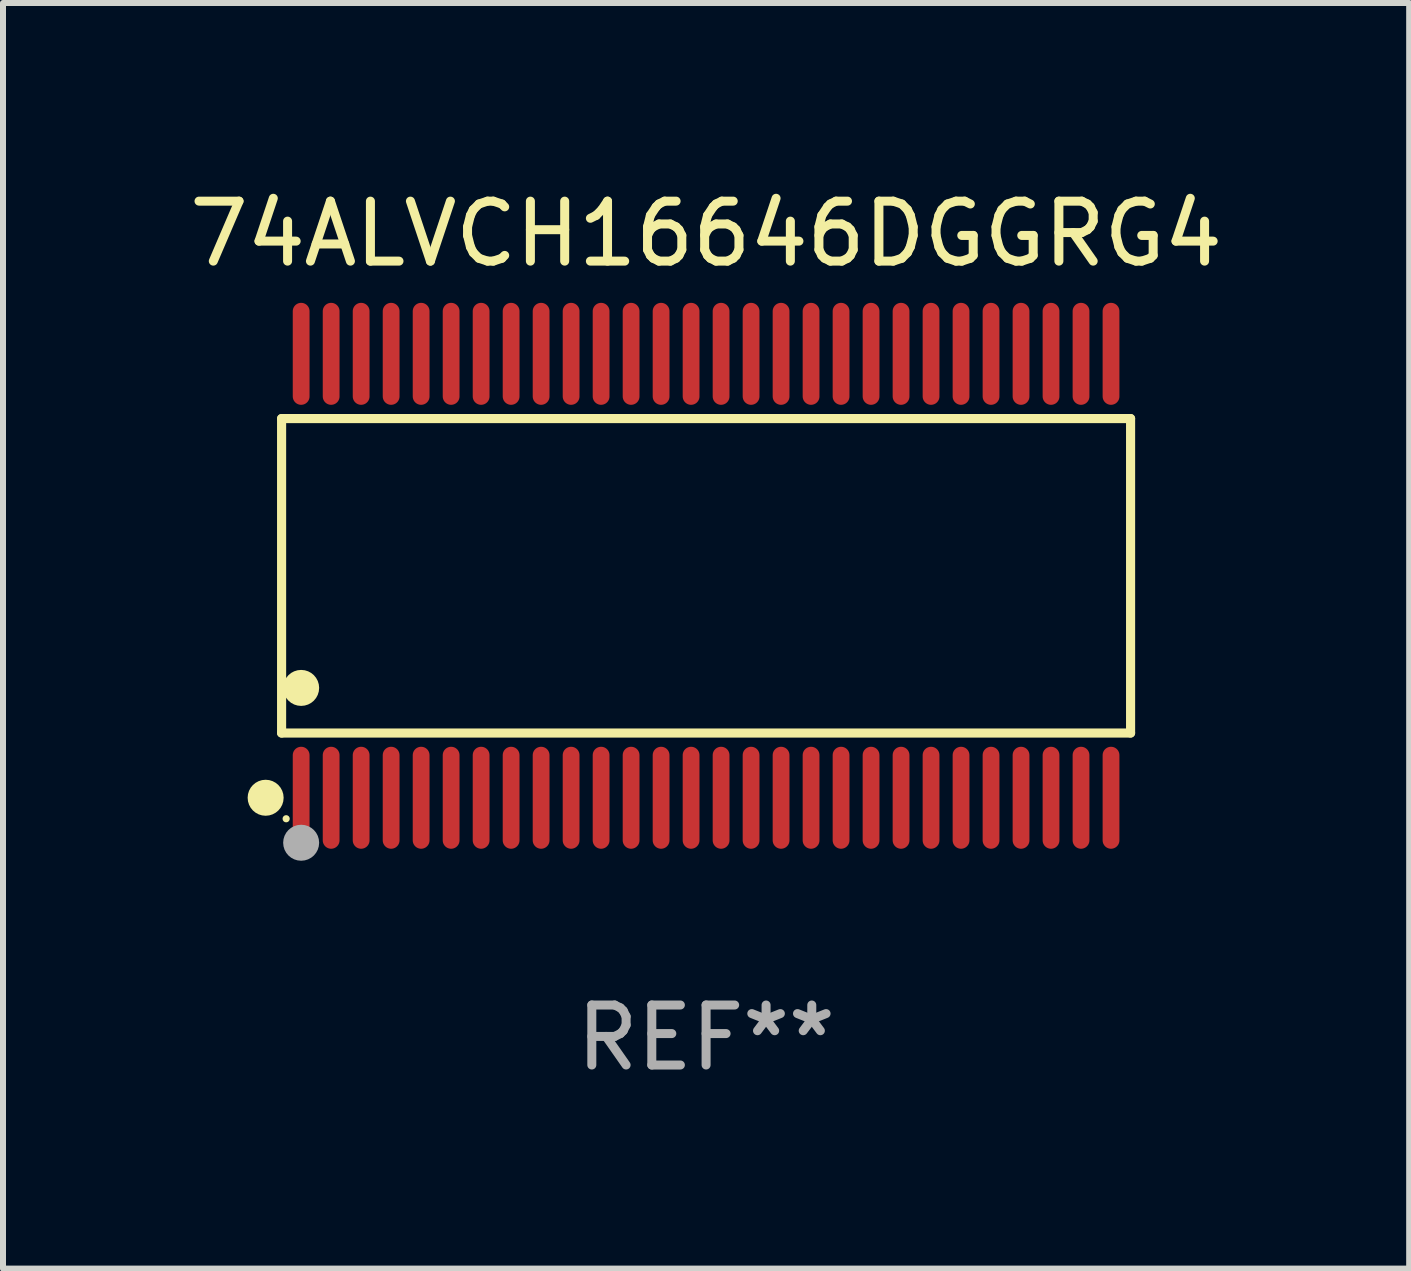
<source format=kicad_pcb>
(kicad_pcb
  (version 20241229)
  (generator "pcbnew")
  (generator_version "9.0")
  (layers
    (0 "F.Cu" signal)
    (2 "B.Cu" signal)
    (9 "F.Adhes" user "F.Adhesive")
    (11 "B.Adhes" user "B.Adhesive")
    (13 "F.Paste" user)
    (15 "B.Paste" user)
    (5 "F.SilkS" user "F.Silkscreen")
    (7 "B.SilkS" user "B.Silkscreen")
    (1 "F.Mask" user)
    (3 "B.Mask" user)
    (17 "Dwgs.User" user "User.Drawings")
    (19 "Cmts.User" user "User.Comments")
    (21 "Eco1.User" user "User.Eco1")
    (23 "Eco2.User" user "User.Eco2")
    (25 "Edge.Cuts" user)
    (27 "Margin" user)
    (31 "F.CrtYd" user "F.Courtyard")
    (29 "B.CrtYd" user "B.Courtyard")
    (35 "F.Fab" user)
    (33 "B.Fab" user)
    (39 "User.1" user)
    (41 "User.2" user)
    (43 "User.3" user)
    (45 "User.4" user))
  (footprint "74ALVCH16646DGGRG4"
    (layer "F.Cu")
    (at 8.72 6.548)
    (property "Reference" "74ALVCH16646DGGRG4" (at 0 -5.7 0) (layer "F.SilkS") (effects (font (size 1 1) (thickness 0.15))))
    (attr through_hole)
    (fp_line (start -7.076 -2.621) (end 7.076 -2.621) (stroke (width 0.152) (type solid)) (layer "F.SilkS"))
    (fp_line (start -7.076 2.621) (end -7.076 -2.621) (stroke (width 0.152) (type solid)) (layer "F.SilkS"))
    (fp_line (start 7.076 -2.621) (end 7.076 2.621) (stroke (width 0.152) (type solid)) (layer "F.SilkS"))
    (fp_line (start 7.076 2.621) (end -7.076 2.621) (stroke (width 0.152) (type solid)) (layer "F.SilkS"))
    (fp_circle (center -7.342 3.7) (end -7.192 3.7) (stroke (width 0.3) (type solid)) (fill no) (layer "F.SilkS"))
    (fp_circle (center -7 4.05) (end -6.97 4.05) (stroke (width 0.06) (type solid)) (fill no) (layer "F.SilkS"))
    (fp_circle (center -6.75 1.869) (end -6.6 1.869) (stroke (width 0.3) (type solid)) (fill no) (layer "F.SilkS"))
    (fp_circle (center -6.75 4.45) (end -6.6 4.45) (stroke (width 0.3) (type solid)) (fill no) (layer "F.Fab"))
    (fp_text user "REF**" (at 0 7.7 0) (layer "F.Fab") (effects (font (size 1 1) (thickness 0.15))))
    (pad "1" smd oval (at -6.75 3.7) (size 0.28 1.7) (layers "F.Cu" "F.Mask" "F.Paste"))
    (pad "2" smd oval (at -6.25 3.7) (size 0.28 1.7) (layers "F.Cu" "F.Mask" "F.Paste"))
    (pad "3" smd oval (at -5.75 3.7) (size 0.28 1.7) (layers "F.Cu" "F.Mask" "F.Paste"))
    (pad "4" smd oval (at -5.25 3.7) (size 0.28 1.7) (layers "F.Cu" "F.Mask" "F.Paste"))
    (pad "5" smd oval (at -4.75 3.7) (size 0.28 1.7) (layers "F.Cu" "F.Mask" "F.Paste"))
    (pad "6" smd oval (at -4.25 3.7) (size 0.28 1.7) (layers "F.Cu" "F.Mask" "F.Paste"))
    (pad "7" smd oval (at -3.75 3.7) (size 0.28 1.7) (layers "F.Cu" "F.Mask" "F.Paste"))
    (pad "8" smd oval (at -3.25 3.7) (size 0.28 1.7) (layers "F.Cu" "F.Mask" "F.Paste"))
    (pad "9" smd oval (at -2.75 3.7) (size 0.28 1.7) (layers "F.Cu" "F.Mask" "F.Paste"))
    (pad "10" smd oval (at -2.25 3.7) (size 0.28 1.7) (layers "F.Cu" "F.Mask" "F.Paste"))
    (pad "11" smd oval (at -1.75 3.7) (size 0.28 1.7) (layers "F.Cu" "F.Mask" "F.Paste"))
    (pad "12" smd oval (at -1.25 3.7) (size 0.28 1.7) (layers "F.Cu" "F.Mask" "F.Paste"))
    (pad "13" smd oval (at -0.75 3.7) (size 0.28 1.7) (layers "F.Cu" "F.Mask" "F.Paste"))
    (pad "14" smd oval (at -0.25 3.7) (size 0.28 1.7) (layers "F.Cu" "F.Mask" "F.Paste"))
    (pad "15" smd oval (at 0.25 3.7) (size 0.28 1.7) (layers "F.Cu" "F.Mask" "F.Paste"))
    (pad "16" smd oval (at 0.75 3.7) (size 0.28 1.7) (layers "F.Cu" "F.Mask" "F.Paste"))
    (pad "17" smd oval (at 1.25 3.7) (size 0.28 1.7) (layers "F.Cu" "F.Mask" "F.Paste"))
    (pad "18" smd oval (at 1.75 3.7) (size 0.28 1.7) (layers "F.Cu" "F.Mask" "F.Paste"))
    (pad "19" smd oval (at 2.25 3.7) (size 0.28 1.7) (layers "F.Cu" "F.Mask" "F.Paste"))
    (pad "20" smd oval (at 2.75 3.7) (size 0.28 1.7) (layers "F.Cu" "F.Mask" "F.Paste"))
    (pad "21" smd oval (at 3.25 3.7) (size 0.28 1.7) (layers "F.Cu" "F.Mask" "F.Paste"))
    (pad "22" smd oval (at 3.75 3.7) (size 0.28 1.7) (layers "F.Cu" "F.Mask" "F.Paste"))
    (pad "23" smd oval (at 4.25 3.7) (size 0.28 1.7) (layers "F.Cu" "F.Mask" "F.Paste"))
    (pad "24" smd oval (at 4.75 3.7) (size 0.28 1.7) (layers "F.Cu" "F.Mask" "F.Paste"))
    (pad "25" smd oval (at 5.25 3.7) (size 0.28 1.7) (layers "F.Cu" "F.Mask" "F.Paste"))
    (pad "26" smd oval (at 5.75 3.7) (size 0.28 1.7) (layers "F.Cu" "F.Mask" "F.Paste"))
    (pad "27" smd oval (at 6.25 3.7) (size 0.28 1.7) (layers "F.Cu" "F.Mask" "F.Paste"))
    (pad "28" smd oval (at 6.75 3.7) (size 0.28 1.7) (layers "F.Cu" "F.Mask" "F.Paste"))
    (pad "29" smd oval (at 6.75 -3.7) (size 0.28 1.7) (layers "F.Cu" "F.Mask" "F.Paste"))
    (pad "30" smd oval (at 6.25 -3.7) (size 0.28 1.7) (layers "F.Cu" "F.Mask" "F.Paste"))
    (pad "31" smd oval (at 5.75 -3.7) (size 0.28 1.7) (layers "F.Cu" "F.Mask" "F.Paste"))
    (pad "32" smd oval (at 5.25 -3.7) (size 0.28 1.7) (layers "F.Cu" "F.Mask" "F.Paste"))
    (pad "33" smd oval (at 4.75 -3.7) (size 0.28 1.7) (layers "F.Cu" "F.Mask" "F.Paste"))
    (pad "34" smd oval (at 4.25 -3.7) (size 0.28 1.7) (layers "F.Cu" "F.Mask" "F.Paste"))
    (pad "35" smd oval (at 3.75 -3.7) (size 0.28 1.7) (layers "F.Cu" "F.Mask" "F.Paste"))
    (pad "36" smd oval (at 3.25 -3.7) (size 0.28 1.7) (layers "F.Cu" "F.Mask" "F.Paste"))
    (pad "37" smd oval (at 2.75 -3.7) (size 0.28 1.7) (layers "F.Cu" "F.Mask" "F.Paste"))
    (pad "38" smd oval (at 2.25 -3.7) (size 0.28 1.7) (layers "F.Cu" "F.Mask" "F.Paste"))
    (pad "39" smd oval (at 1.75 -3.7) (size 0.28 1.7) (layers "F.Cu" "F.Mask" "F.Paste"))
    (pad "40" smd oval (at 1.25 -3.7) (size 0.28 1.7) (layers "F.Cu" "F.Mask" "F.Paste"))
    (pad "41" smd oval (at 0.75 -3.7) (size 0.28 1.7) (layers "F.Cu" "F.Mask" "F.Paste"))
    (pad "42" smd oval (at 0.25 -3.7) (size 0.28 1.7) (layers "F.Cu" "F.Mask" "F.Paste"))
    (pad "43" smd oval (at -0.25 -3.7) (size 0.28 1.7) (layers "F.Cu" "F.Mask" "F.Paste"))
    (pad "44" smd oval (at -0.75 -3.7) (size 0.28 1.7) (layers "F.Cu" "F.Mask" "F.Paste"))
    (pad "45" smd oval (at -1.25 -3.7) (size 0.28 1.7) (layers "F.Cu" "F.Mask" "F.Paste"))
    (pad "46" smd oval (at -1.75 -3.7) (size 0.28 1.7) (layers "F.Cu" "F.Mask" "F.Paste"))
    (pad "47" smd oval (at -2.25 -3.7) (size 0.28 1.7) (layers "F.Cu" "F.Mask" "F.Paste"))
    (pad "48" smd oval (at -2.75 -3.7) (size 0.28 1.7) (layers "F.Cu" "F.Mask" "F.Paste"))
    (pad "49" smd oval (at -3.25 -3.7) (size 0.28 1.7) (layers "F.Cu" "F.Mask" "F.Paste"))
    (pad "50" smd oval (at -3.75 -3.7) (size 0.28 1.7) (layers "F.Cu" "F.Mask" "F.Paste"))
    (pad "51" smd oval (at -4.25 -3.7) (size 0.28 1.7) (layers "F.Cu" "F.Mask" "F.Paste"))
    (pad "52" smd oval (at -4.75 -3.7) (size 0.28 1.7) (layers "F.Cu" "F.Mask" "F.Paste"))
    (pad "53" smd oval (at -5.25 -3.7) (size 0.28 1.7) (layers "F.Cu" "F.Mask" "F.Paste"))
    (pad "54" smd oval (at -5.75 -3.7) (size 0.28 1.7) (layers "F.Cu" "F.Mask" "F.Paste"))
    (pad "55" smd oval (at -6.25 -3.7) (size 0.28 1.7) (layers "F.Cu" "F.Mask" "F.Paste"))
    (pad "56" smd oval (at -6.75 -3.7) (size 0.28 1.7) (layers "F.Cu" "F.Mask" "F.Paste")))
  (gr_rect
    (start -3 -3)
    (end 20.44 18.097)
    (stroke (width 0.1) (type default))
    (fill no)
    (layer "Edge.Cuts")))
</source>
